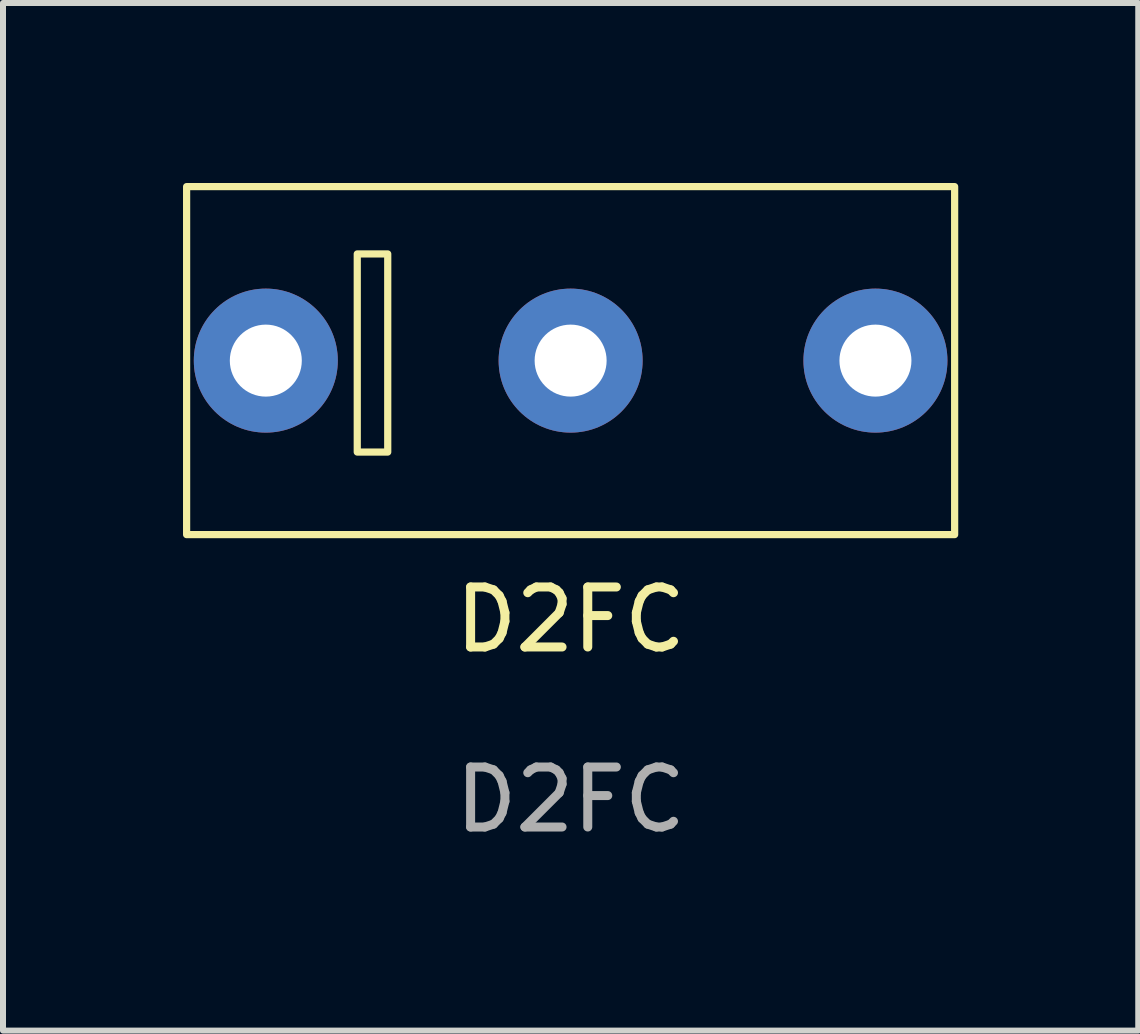
<source format=kicad_pcb>
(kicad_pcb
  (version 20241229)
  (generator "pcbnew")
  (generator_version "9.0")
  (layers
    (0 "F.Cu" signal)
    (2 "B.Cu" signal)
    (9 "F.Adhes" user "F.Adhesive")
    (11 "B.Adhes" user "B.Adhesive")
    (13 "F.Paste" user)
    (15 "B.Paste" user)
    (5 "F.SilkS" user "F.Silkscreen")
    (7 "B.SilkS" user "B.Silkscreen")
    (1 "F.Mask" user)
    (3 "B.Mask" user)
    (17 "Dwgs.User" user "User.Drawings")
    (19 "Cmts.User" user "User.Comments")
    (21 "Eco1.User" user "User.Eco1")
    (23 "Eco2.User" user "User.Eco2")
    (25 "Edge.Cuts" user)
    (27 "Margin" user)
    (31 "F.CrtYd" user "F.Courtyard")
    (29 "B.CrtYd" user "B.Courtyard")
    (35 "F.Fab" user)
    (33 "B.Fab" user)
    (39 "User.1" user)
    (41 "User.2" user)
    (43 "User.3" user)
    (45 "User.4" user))
  (footprint "D2FC"
    (layer "F.Cu")
    (at 6.46 2.96)
    (property "Reference" "D2FC" (at 0 4.318 0) (unlocked yes) (layer "F.SilkS") (effects (font (size 1 1) (thickness 0.15))))
    (attr smd)
    (fp_rect (start -6.4 -2.9) (end 6.4 2.9) (stroke (width 0.12) (type default)) (fill no) (layer "F.SilkS"))
    (fp_rect (start -3.556 -1.778) (end -3.048 1.524) (stroke (width 0.12) (type default)) (fill no) (layer "F.SilkS"))
    (fp_text user "${REFERENCE}" (at 0 7.318 0) (unlocked yes) (layer "F.Fab") (effects (font (size 1 1) (thickness 0.15))))
    (pad "1" thru_hole circle (at -5.08 0) (size 2.4 2.4) (drill 1.2) (layers "*.Cu" "*.Mask"))
    (pad "2" thru_hole circle (at 0 0) (size 2.4 2.4) (drill 1.2) (layers "*.Cu" "*.Mask"))
    (pad "3" thru_hole circle (at 5.08 0) (size 2.4 2.4) (drill 1.2) (layers "*.Cu" "*.Mask")))
  (gr_rect
    (start -3 -3)
    (end 15.92 14.126)
    (stroke (width 0.1) (type default))
    (fill no)
    (layer "Edge.Cuts")))
</source>
